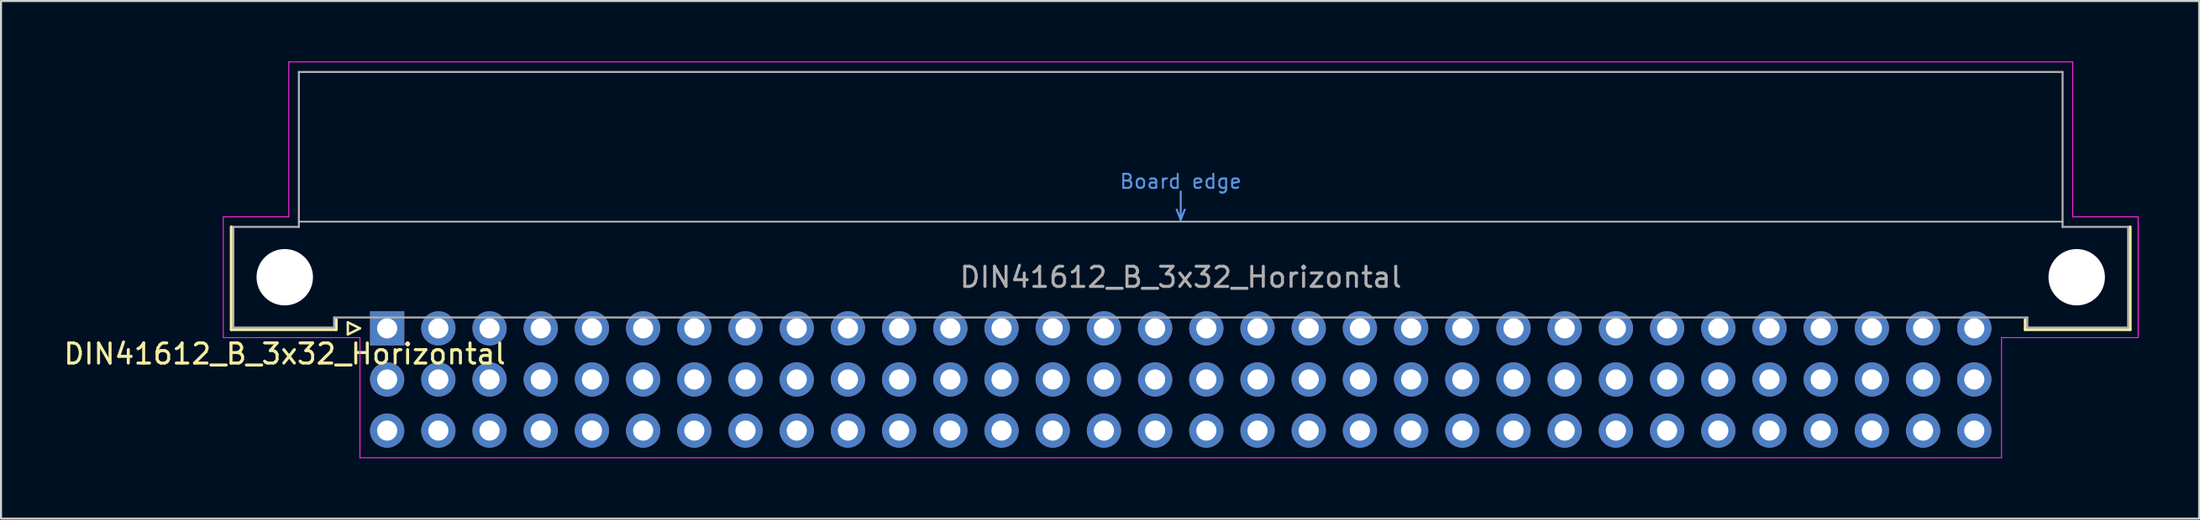
<source format=kicad_pcb>
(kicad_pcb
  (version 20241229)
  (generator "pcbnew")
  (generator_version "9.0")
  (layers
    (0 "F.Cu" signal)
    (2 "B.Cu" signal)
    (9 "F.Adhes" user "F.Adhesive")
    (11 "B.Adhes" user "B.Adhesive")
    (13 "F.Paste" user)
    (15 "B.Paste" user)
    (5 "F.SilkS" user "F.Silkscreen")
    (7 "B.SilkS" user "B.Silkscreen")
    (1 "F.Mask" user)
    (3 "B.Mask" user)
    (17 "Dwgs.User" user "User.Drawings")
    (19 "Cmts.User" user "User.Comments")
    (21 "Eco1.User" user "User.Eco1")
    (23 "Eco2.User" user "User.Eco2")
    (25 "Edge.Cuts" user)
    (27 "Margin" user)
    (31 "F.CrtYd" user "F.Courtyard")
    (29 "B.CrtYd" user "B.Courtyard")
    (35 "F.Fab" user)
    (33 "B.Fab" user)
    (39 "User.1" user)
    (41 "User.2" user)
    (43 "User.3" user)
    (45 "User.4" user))
  (footprint "DIN41612_B_3x32_Horizontal"
    (layer "F.Cu")
    (at 16.157 13.265)
    (property "Reference" "DIN41612_B_3x32_Horizontal" (at -5.08 1.27 0) (layer "F.SilkS") (effects (font (size 1 1) (thickness 0.15))))
    (attr through_hole)
    (fp_line (start -7.73 0.06) (end -7.73 -5.04) (stroke (width 0.15) (type solid)) (layer "F.SilkS"))
    (fp_line (start -2.53 -0.44) (end -2.53 0.06) (stroke (width 0.15) (type solid)) (layer "F.SilkS"))
    (fp_line (start -2.53 0.06) (end -7.73 0.06) (stroke (width 0.15) (type solid)) (layer "F.SilkS"))
    (fp_line (start -1.95 -0.3) (end -1.95 0.3) (stroke (width 0.12) (type solid)) (layer "F.SilkS"))
    (fp_line (start -1.95 0.3) (end -1.35 0) (stroke (width 0.12) (type solid)) (layer "F.SilkS"))
    (fp_line (start -1.35 0) (end -1.95 -0.3) (stroke (width 0.12) (type solid)) (layer "F.SilkS"))
    (fp_line (start 81.27 -0.44) (end 81.27 0.06) (stroke (width 0.15) (type solid)) (layer "F.SilkS"))
    (fp_line (start 81.27 0.06) (end 86.47 0.06) (stroke (width 0.15) (type solid)) (layer "F.SilkS"))
    (fp_line (start 86.47 0.06) (end 86.47 -5.04) (stroke (width 0.15) (type solid)) (layer "F.SilkS"))
    (fp_line (start -4.38 -5.3) (end 83.12 -5.3) (stroke (width 0.08) (type solid)) (layer "Dwgs.User"))
    (fp_line (start 39.17 -5.9) (end 39.37 -5.4) (stroke (width 0.1) (type solid)) (layer "Cmts.User"))
    (fp_line (start 39.37 -6.8) (end 39.37 -5.4) (stroke (width 0.1) (type solid)) (layer "Cmts.User"))
    (fp_line (start 39.37 -5.4) (end 39.57 -5.9) (stroke (width 0.1) (type solid)) (layer "Cmts.User"))
    (fp_line (start -8.13 -5.54) (end -4.88 -5.54) (stroke (width 0.05) (type solid)) (layer "F.CrtYd"))
    (fp_line (start -8.13 0.46) (end -8.13 -5.54) (stroke (width 0.05) (type solid)) (layer "F.CrtYd"))
    (fp_line (start -4.88 -13.24) (end 83.62 -13.24) (stroke (width 0.05) (type solid)) (layer "F.CrtYd"))
    (fp_line (start -4.88 -5.54) (end -4.88 -13.24) (stroke (width 0.05) (type solid)) (layer "F.CrtYd"))
    (fp_line (start -1.35 0.46) (end -8.13 0.46) (stroke (width 0.05) (type solid)) (layer "F.CrtYd"))
    (fp_line (start -1.35 0.46) (end -1.35 6.43) (stroke (width 0.05) (type solid)) (layer "F.CrtYd"))
    (fp_line (start 80.09 0.46) (end 80.09 6.43) (stroke (width 0.05) (type solid)) (layer "F.CrtYd"))
    (fp_line (start 80.09 6.43) (end -1.35 6.43) (stroke (width 0.05) (type solid)) (layer "F.CrtYd"))
    (fp_line (start 80.87 0.46) (end 80.09 0.46) (stroke (width 0.05) (type solid)) (layer "F.CrtYd"))
    (fp_line (start 83.62 -13.24) (end 83.62 -5.54) (stroke (width 0.05) (type solid)) (layer "F.CrtYd"))
    (fp_line (start 83.62 -5.54) (end 86.87 -5.54) (stroke (width 0.05) (type solid)) (layer "F.CrtYd"))
    (fp_line (start 86.87 -5.54) (end 86.87 0.46) (stroke (width 0.05) (type solid)) (layer "F.CrtYd"))
    (fp_line (start 86.87 0.46) (end 80.87 0.46) (stroke (width 0.05) (type solid)) (layer "F.CrtYd"))
    (fp_line (start -7.63 -5.04) (end -4.38 -5.04) (stroke (width 0.1) (type solid)) (layer "F.Fab"))
    (fp_line (start -7.63 -0.04) (end -7.63 -5.04) (stroke (width 0.1) (type solid)) (layer "F.Fab"))
    (fp_line (start -4.38 -12.74) (end 83.12 -12.74) (stroke (width 0.1) (type solid)) (layer "F.Fab"))
    (fp_line (start -4.38 -5.04) (end -4.38 -12.74) (stroke (width 0.1) (type solid)) (layer "F.Fab"))
    (fp_line (start -2.63 -0.54) (end -2.63 -0.04) (stroke (width 0.1) (type solid)) (layer "F.Fab"))
    (fp_line (start -2.63 -0.04) (end -7.63 -0.04) (stroke (width 0.1) (type solid)) (layer "F.Fab"))
    (fp_line (start 81.37 -0.54) (end -2.63 -0.54) (stroke (width 0.1) (type solid)) (layer "F.Fab"))
    (fp_line (start 81.37 -0.04) (end 81.37 -0.54) (stroke (width 0.1) (type solid)) (layer "F.Fab"))
    (fp_line (start 83.12 -12.74) (end 83.12 -5.04) (stroke (width 0.1) (type solid)) (layer "F.Fab"))
    (fp_line (start 83.12 -5.04) (end 86.37 -5.04) (stroke (width 0.1) (type solid)) (layer "F.Fab"))
    (fp_line (start 86.37 -5.04) (end 86.37 -0.04) (stroke (width 0.1) (type solid)) (layer "F.Fab"))
    (fp_line (start 86.37 -0.04) (end 81.37 -0.04) (stroke (width 0.1) (type solid)) (layer "F.Fab"))
    (fp_text user "Board edge" (at 39.37 -7.3 0) (layer "Cmts.User") (effects (font (size 0.7 0.7) (thickness 0.1))))
    (fp_text user "${REFERENCE}" (at 39.37 -2.54 0) (layer "F.Fab") (effects (font (size 1 1) (thickness 0.15))))
    (pad "" np_thru_hole circle (at -5.08 -2.54) (size 2.8 2.8) (drill 2.8) (layers "*.Cu" "*.Mask"))
    (pad "" np_thru_hole circle (at 83.82 -2.54) (size 2.8 2.8) (drill 2.8) (layers "*.Cu" "*.Mask"))
    (pad "a1" thru_hole rect (at 0 0) (size 1.7 1.7) (drill 1) (layers "*.Cu" "*.Mask"))
    (pad "a2" thru_hole circle (at 2.54 0) (size 1.7 1.7) (drill 1) (layers "*.Cu" "*.Mask"))
    (pad "a3" thru_hole circle (at 5.08 0) (size 1.7 1.7) (drill 1) (layers "*.Cu" "*.Mask"))
    (pad "a4" thru_hole circle (at 7.62 0) (size 1.7 1.7) (drill 1) (layers "*.Cu" "*.Mask"))
    (pad "a5" thru_hole circle (at 10.16 0) (size 1.7 1.7) (drill 1) (layers "*.Cu" "*.Mask"))
    (pad "a6" thru_hole circle (at 12.7 0) (size 1.7 1.7) (drill 1) (layers "*.Cu" "*.Mask"))
    (pad "a7" thru_hole circle (at 15.24 0) (size 1.7 1.7) (drill 1) (layers "*.Cu" "*.Mask"))
    (pad "a8" thru_hole circle (at 17.78 0) (size 1.7 1.7) (drill 1) (layers "*.Cu" "*.Mask"))
    (pad "a9" thru_hole circle (at 20.32 0) (size 1.7 1.7) (drill 1) (layers "*.Cu" "*.Mask"))
    (pad "a10" thru_hole circle (at 22.86 0) (size 1.7 1.7) (drill 1) (layers "*.Cu" "*.Mask"))
    (pad "a11" thru_hole circle (at 25.4 0) (size 1.7 1.7) (drill 1) (layers "*.Cu" "*.Mask"))
    (pad "a12" thru_hole circle (at 27.94 0) (size 1.7 1.7) (drill 1) (layers "*.Cu" "*.Mask"))
    (pad "a13" thru_hole circle (at 30.48 0) (size 1.7 1.7) (drill 1) (layers "*.Cu" "*.Mask"))
    (pad "a14" thru_hole circle (at 33.02 0) (size 1.7 1.7) (drill 1) (layers "*.Cu" "*.Mask"))
    (pad "a15" thru_hole circle (at 35.56 0) (size 1.7 1.7) (drill 1) (layers "*.Cu" "*.Mask"))
    (pad "a16" thru_hole circle (at 38.1 0) (size 1.7 1.7) (drill 1) (layers "*.Cu" "*.Mask"))
    (pad "a17" thru_hole circle (at 40.64 0) (size 1.7 1.7) (drill 1) (layers "*.Cu" "*.Mask"))
    (pad "a18" thru_hole circle (at 43.18 0) (size 1.7 1.7) (drill 1) (layers "*.Cu" "*.Mask"))
    (pad "a19" thru_hole circle (at 45.72 0) (size 1.7 1.7) (drill 1) (layers "*.Cu" "*.Mask"))
    (pad "a20" thru_hole circle (at 48.26 0) (size 1.7 1.7) (drill 1) (layers "*.Cu" "*.Mask"))
    (pad "a21" thru_hole circle (at 50.8 0) (size 1.7 1.7) (drill 1) (layers "*.Cu" "*.Mask"))
    (pad "a22" thru_hole circle (at 53.34 0) (size 1.7 1.7) (drill 1) (layers "*.Cu" "*.Mask"))
    (pad "a23" thru_hole circle (at 55.88 0) (size 1.7 1.7) (drill 1) (layers "*.Cu" "*.Mask"))
    (pad "a24" thru_hole circle (at 58.42 0) (size 1.7 1.7) (drill 1) (layers "*.Cu" "*.Mask"))
    (pad "a25" thru_hole circle (at 60.96 0) (size 1.7 1.7) (drill 1) (layers "*.Cu" "*.Mask"))
    (pad "a26" thru_hole circle (at 63.5 0) (size 1.7 1.7) (drill 1) (layers "*.Cu" "*.Mask"))
    (pad "a27" thru_hole circle (at 66.04 0) (size 1.7 1.7) (drill 1) (layers "*.Cu" "*.Mask"))
    (pad "a28" thru_hole circle (at 68.58 0) (size 1.7 1.7) (drill 1) (layers "*.Cu" "*.Mask"))
    (pad "a29" thru_hole circle (at 71.12 0) (size 1.7 1.7) (drill 1) (layers "*.Cu" "*.Mask"))
    (pad "a30" thru_hole circle (at 73.66 0) (size 1.7 1.7) (drill 1) (layers "*.Cu" "*.Mask"))
    (pad "a31" thru_hole circle (at 76.2 0) (size 1.7 1.7) (drill 1) (layers "*.Cu" "*.Mask"))
    (pad "a32" thru_hole circle (at 78.74 0) (size 1.7 1.7) (drill 1) (layers "*.Cu" "*.Mask"))
    (pad "b1" thru_hole circle (at 0 2.54) (size 1.7 1.7) (drill 1) (layers "*.Cu" "*.Mask"))
    (pad "b2" thru_hole circle (at 2.54 2.54) (size 1.7 1.7) (drill 1) (layers "*.Cu" "*.Mask"))
    (pad "b3" thru_hole circle (at 5.08 2.54) (size 1.7 1.7) (drill 1) (layers "*.Cu" "*.Mask"))
    (pad "b4" thru_hole circle (at 7.62 2.54) (size 1.7 1.7) (drill 1) (layers "*.Cu" "*.Mask"))
    (pad "b5" thru_hole circle (at 10.16 2.54) (size 1.7 1.7) (drill 1) (layers "*.Cu" "*.Mask"))
    (pad "b6" thru_hole circle (at 12.7 2.54) (size 1.7 1.7) (drill 1) (layers "*.Cu" "*.Mask"))
    (pad "b7" thru_hole circle (at 15.24 2.54) (size 1.7 1.7) (drill 1) (layers "*.Cu" "*.Mask"))
    (pad "b8" thru_hole circle (at 17.78 2.54) (size 1.7 1.7) (drill 1) (layers "*.Cu" "*.Mask"))
    (pad "b9" thru_hole circle (at 20.32 2.54) (size 1.7 1.7) (drill 1) (layers "*.Cu" "*.Mask"))
    (pad "b10" thru_hole circle (at 22.86 2.54) (size 1.7 1.7) (drill 1) (layers "*.Cu" "*.Mask"))
    (pad "b11" thru_hole circle (at 25.4 2.54) (size 1.7 1.7) (drill 1) (layers "*.Cu" "*.Mask"))
    (pad "b12" thru_hole circle (at 27.94 2.54) (size 1.7 1.7) (drill 1) (layers "*.Cu" "*.Mask"))
    (pad "b13" thru_hole circle (at 30.48 2.54) (size 1.7 1.7) (drill 1) (layers "*.Cu" "*.Mask"))
    (pad "b14" thru_hole circle (at 33.02 2.54) (size 1.7 1.7) (drill 1) (layers "*.Cu" "*.Mask"))
    (pad "b15" thru_hole circle (at 35.56 2.54) (size 1.7 1.7) (drill 1) (layers "*.Cu" "*.Mask"))
    (pad "b16" thru_hole circle (at 38.1 2.54) (size 1.7 1.7) (drill 1) (layers "*.Cu" "*.Mask"))
    (pad "b17" thru_hole circle (at 40.64 2.54) (size 1.7 1.7) (drill 1) (layers "*.Cu" "*.Mask"))
    (pad "b18" thru_hole circle (at 43.18 2.54) (size 1.7 1.7) (drill 1) (layers "*.Cu" "*.Mask"))
    (pad "b19" thru_hole circle (at 45.72 2.54) (size 1.7 1.7) (drill 1) (layers "*.Cu" "*.Mask"))
    (pad "b20" thru_hole circle (at 48.26 2.54) (size 1.7 1.7) (drill 1) (layers "*.Cu" "*.Mask"))
    (pad "b21" thru_hole circle (at 50.8 2.54) (size 1.7 1.7) (drill 1) (layers "*.Cu" "*.Mask"))
    (pad "b22" thru_hole circle (at 53.34 2.54) (size 1.7 1.7) (drill 1) (layers "*.Cu" "*.Mask"))
    (pad "b23" thru_hole circle (at 55.88 2.54) (size 1.7 1.7) (drill 1) (layers "*.Cu" "*.Mask"))
    (pad "b24" thru_hole circle (at 58.42 2.54) (size 1.7 1.7) (drill 1) (layers "*.Cu" "*.Mask"))
    (pad "b25" thru_hole circle (at 60.96 2.54) (size 1.7 1.7) (drill 1) (layers "*.Cu" "*.Mask"))
    (pad "b26" thru_hole circle (at 63.5 2.54) (size 1.7 1.7) (drill 1) (layers "*.Cu" "*.Mask"))
    (pad "b27" thru_hole circle (at 66.04 2.54) (size 1.7 1.7) (drill 1) (layers "*.Cu" "*.Mask"))
    (pad "b28" thru_hole circle (at 68.58 2.54) (size 1.7 1.7) (drill 1) (layers "*.Cu" "*.Mask"))
    (pad "b29" thru_hole circle (at 71.12 2.54) (size 1.7 1.7) (drill 1) (layers "*.Cu" "*.Mask"))
    (pad "b30" thru_hole circle (at 73.66 2.54) (size 1.7 1.7) (drill 1) (layers "*.Cu" "*.Mask"))
    (pad "b31" thru_hole circle (at 76.2 2.54) (size 1.7 1.7) (drill 1) (layers "*.Cu" "*.Mask"))
    (pad "b32" thru_hole circle (at 78.74 2.54) (size 1.7 1.7) (drill 1) (layers "*.Cu" "*.Mask"))
    (pad "c1" thru_hole circle (at 0 5.08) (size 1.7 1.7) (drill 1) (layers "*.Cu" "*.Mask"))
    (pad "c2" thru_hole circle (at 2.54 5.08) (size 1.7 1.7) (drill 1) (layers "*.Cu" "*.Mask"))
    (pad "c3" thru_hole circle (at 5.08 5.08) (size 1.7 1.7) (drill 1) (layers "*.Cu" "*.Mask"))
    (pad "c4" thru_hole circle (at 7.62 5.08) (size 1.7 1.7) (drill 1) (layers "*.Cu" "*.Mask"))
    (pad "c5" thru_hole circle (at 10.16 5.08) (size 1.7 1.7) (drill 1) (layers "*.Cu" "*.Mask"))
    (pad "c6" thru_hole circle (at 12.7 5.08) (size 1.7 1.7) (drill 1) (layers "*.Cu" "*.Mask"))
    (pad "c7" thru_hole circle (at 15.24 5.08) (size 1.7 1.7) (drill 1) (layers "*.Cu" "*.Mask"))
    (pad "c8" thru_hole circle (at 17.78 5.08) (size 1.7 1.7) (drill 1) (layers "*.Cu" "*.Mask"))
    (pad "c9" thru_hole circle (at 20.32 5.08) (size 1.7 1.7) (drill 1) (layers "*.Cu" "*.Mask"))
    (pad "c10" thru_hole circle (at 22.86 5.08) (size 1.7 1.7) (drill 1) (layers "*.Cu" "*.Mask"))
    (pad "c11" thru_hole circle (at 25.4 5.08) (size 1.7 1.7) (drill 1) (layers "*.Cu" "*.Mask"))
    (pad "c12" thru_hole circle (at 27.94 5.08) (size 1.7 1.7) (drill 1) (layers "*.Cu" "*.Mask"))
    (pad "c13" thru_hole circle (at 30.48 5.08) (size 1.7 1.7) (drill 1) (layers "*.Cu" "*.Mask"))
    (pad "c14" thru_hole circle (at 33.02 5.08) (size 1.7 1.7) (drill 1) (layers "*.Cu" "*.Mask"))
    (pad "c15" thru_hole circle (at 35.56 5.08) (size 1.7 1.7) (drill 1) (layers "*.Cu" "*.Mask"))
    (pad "c16" thru_hole circle (at 38.1 5.08) (size 1.7 1.7) (drill 1) (layers "*.Cu" "*.Mask"))
    (pad "c17" thru_hole circle (at 40.64 5.08) (size 1.7 1.7) (drill 1) (layers "*.Cu" "*.Mask"))
    (pad "c18" thru_hole circle (at 43.18 5.08) (size 1.7 1.7) (drill 1) (layers "*.Cu" "*.Mask"))
    (pad "c19" thru_hole circle (at 45.72 5.08) (size 1.7 1.7) (drill 1) (layers "*.Cu" "*.Mask"))
    (pad "c20" thru_hole circle (at 48.26 5.08) (size 1.7 1.7) (drill 1) (layers "*.Cu" "*.Mask"))
    (pad "c21" thru_hole circle (at 50.8 5.08) (size 1.7 1.7) (drill 1) (layers "*.Cu" "*.Mask"))
    (pad "c22" thru_hole circle (at 53.34 5.08) (size 1.7 1.7) (drill 1) (layers "*.Cu" "*.Mask"))
    (pad "c23" thru_hole circle (at 55.88 5.08) (size 1.7 1.7) (drill 1) (layers "*.Cu" "*.Mask"))
    (pad "c24" thru_hole circle (at 58.42 5.08) (size 1.7 1.7) (drill 1) (layers "*.Cu" "*.Mask"))
    (pad "c25" thru_hole circle (at 60.96 5.08) (size 1.7 1.7) (drill 1) (layers "*.Cu" "*.Mask"))
    (pad "c26" thru_hole circle (at 63.5 5.08) (size 1.7 1.7) (drill 1) (layers "*.Cu" "*.Mask"))
    (pad "c27" thru_hole circle (at 66.04 5.08) (size 1.7 1.7) (drill 1) (layers "*.Cu" "*.Mask"))
    (pad "c28" thru_hole circle (at 68.58 5.08) (size 1.7 1.7) (drill 1) (layers "*.Cu" "*.Mask"))
    (pad "c29" thru_hole circle (at 71.12 5.08) (size 1.7 1.7) (drill 1) (layers "*.Cu" "*.Mask"))
    (pad "c30" thru_hole circle (at 73.66 5.08) (size 1.7 1.7) (drill 1) (layers "*.Cu" "*.Mask"))
    (pad "c31" thru_hole circle (at 76.2 5.08) (size 1.7 1.7) (drill 1) (layers "*.Cu" "*.Mask"))
    (pad "c32" thru_hole circle (at 78.74 5.08) (size 1.7 1.7) (drill 1) (layers "*.Cu" "*.Mask")))
  (gr_rect
    (start -3 -3)
    (end 106.052 22.72)
    (stroke (width 0.1) (type default))
    (fill no)
    (layer "Edge.Cuts")))
</source>
